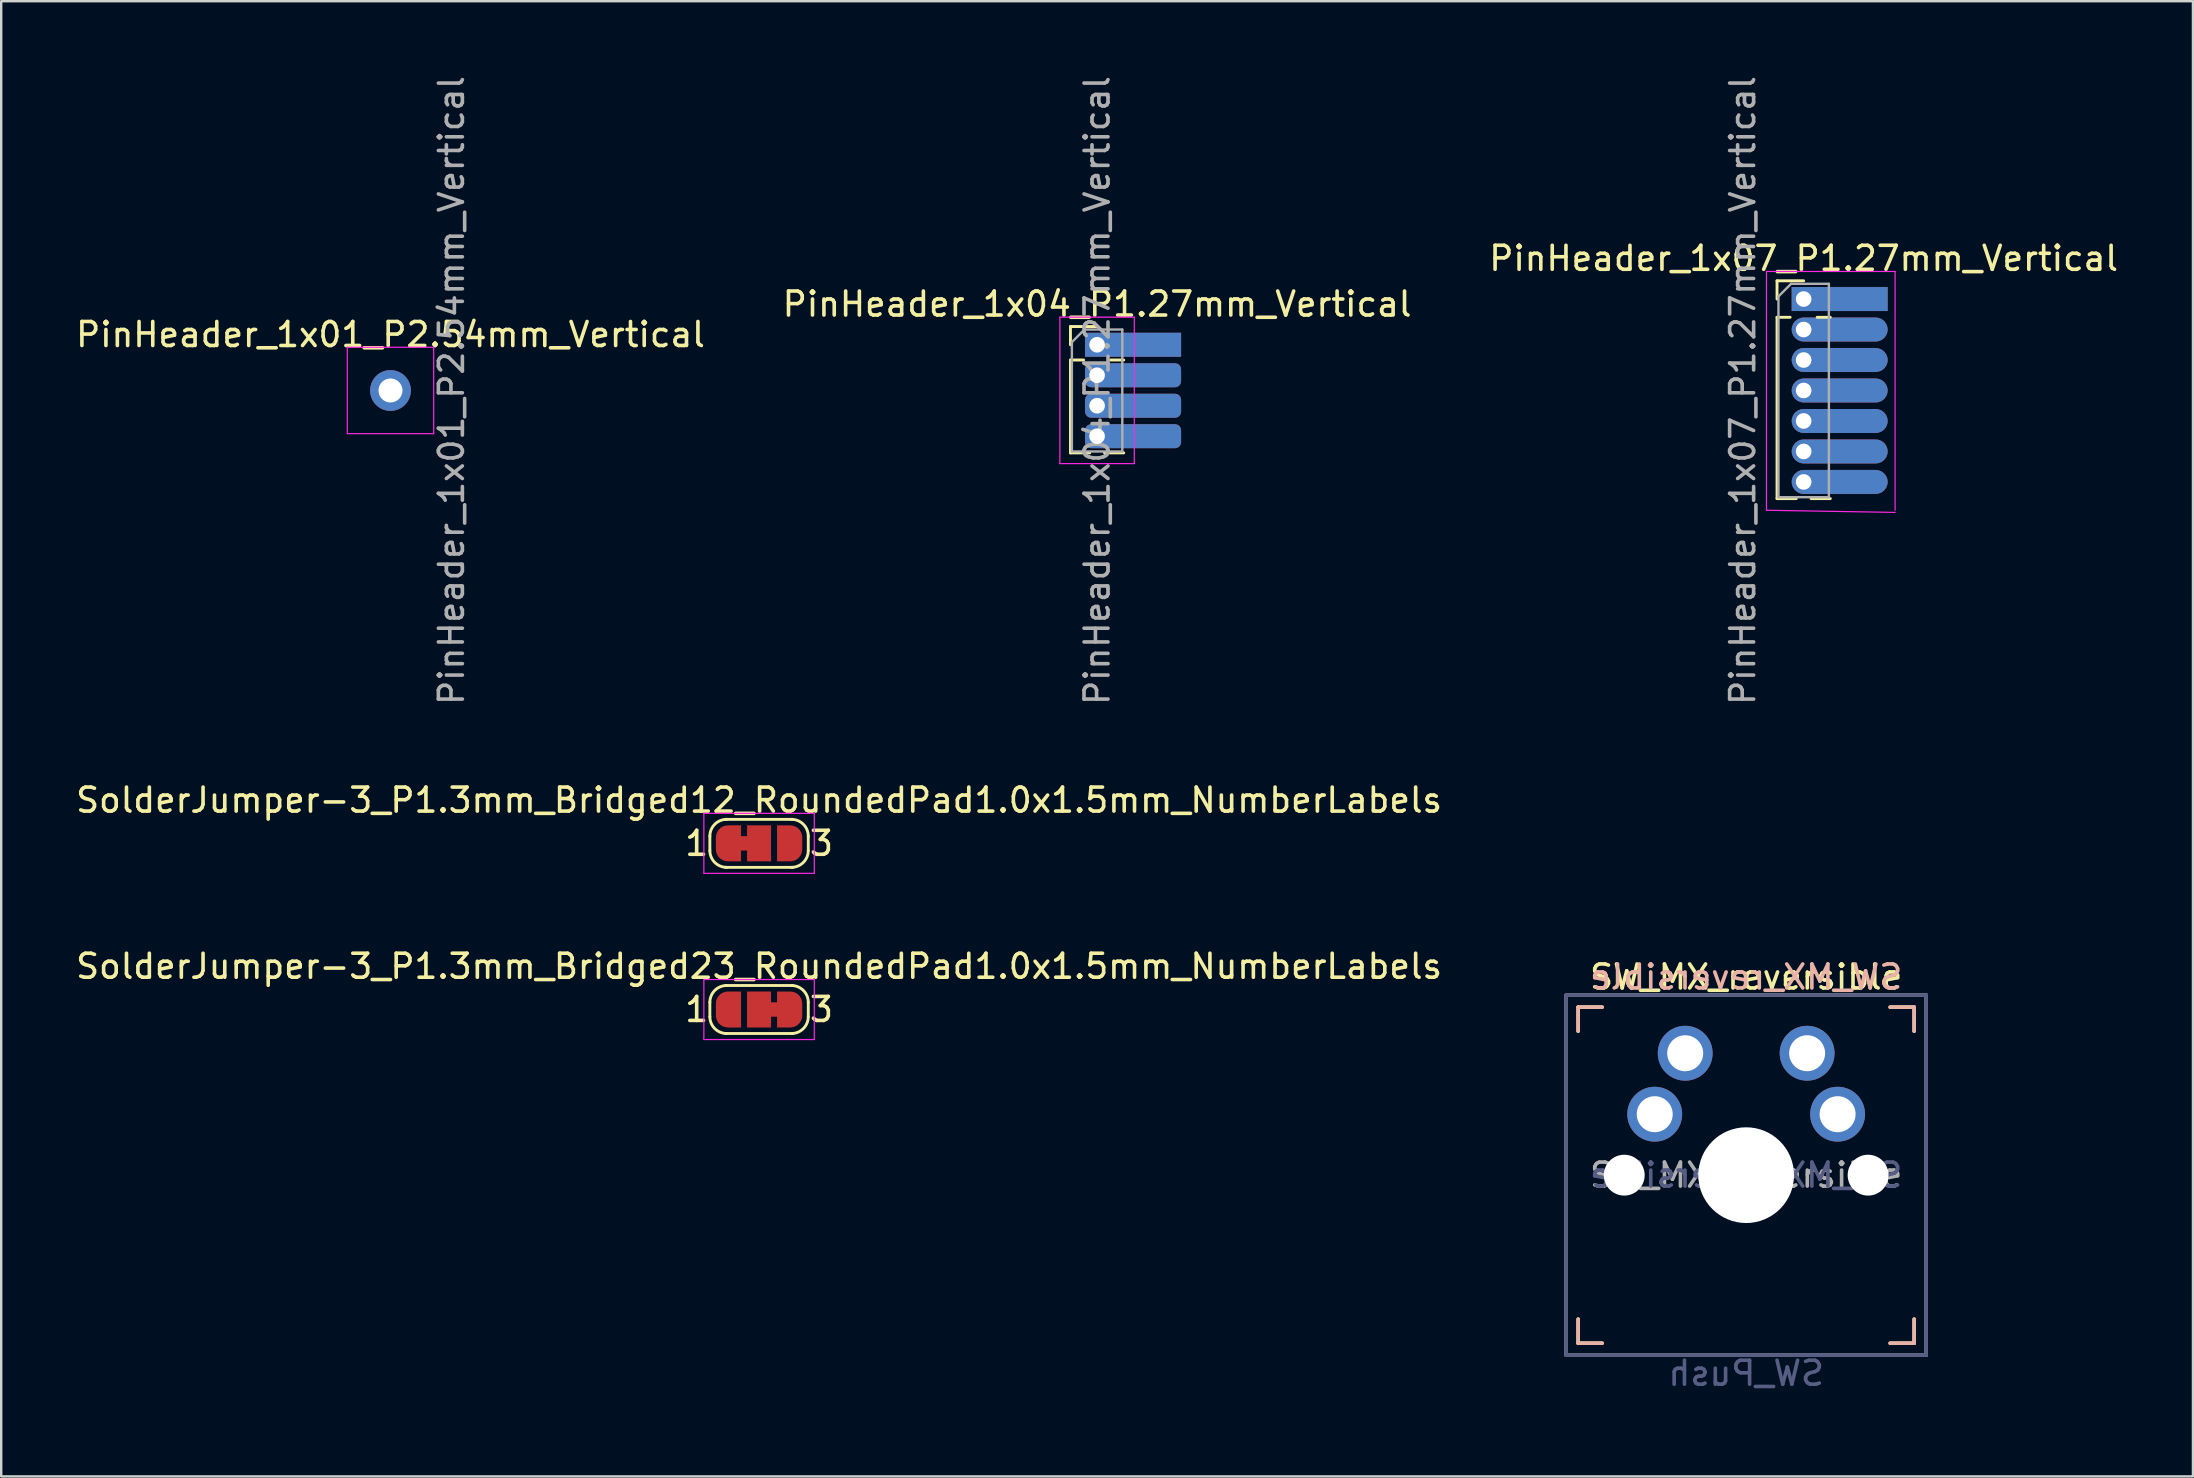
<source format=kicad_pcb>
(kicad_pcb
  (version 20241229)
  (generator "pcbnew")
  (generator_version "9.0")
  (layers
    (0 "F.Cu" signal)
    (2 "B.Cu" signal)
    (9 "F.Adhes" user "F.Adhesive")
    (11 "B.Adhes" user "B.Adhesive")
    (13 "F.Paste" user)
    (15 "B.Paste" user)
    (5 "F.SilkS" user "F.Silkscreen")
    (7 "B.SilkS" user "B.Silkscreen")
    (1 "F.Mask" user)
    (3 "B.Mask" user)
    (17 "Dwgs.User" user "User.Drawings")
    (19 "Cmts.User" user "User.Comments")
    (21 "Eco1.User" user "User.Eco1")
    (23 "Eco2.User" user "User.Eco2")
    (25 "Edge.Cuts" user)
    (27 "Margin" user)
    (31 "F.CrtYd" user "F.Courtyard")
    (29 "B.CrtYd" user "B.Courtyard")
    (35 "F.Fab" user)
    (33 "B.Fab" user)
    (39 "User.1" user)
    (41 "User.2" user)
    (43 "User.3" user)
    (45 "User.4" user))
  (footprint "PinHeader_1x04_P1.27mm_Vertical"
    (layer "F.Cu")
    (at 42.661 11.315)
    (property "Reference" "PinHeader_1x04_P1.27mm_Vertical" (at 0 -1.695 0) (layer "F.SilkS") (effects (font (size 1 1) (thickness 0.15))))
    (attr through_hole)
    (fp_line (start -1.11 -0.76) (end 0 -0.76) (stroke (width 0.12) (type solid)) (layer "F.SilkS"))
    (fp_line (start -1.11 0) (end -1.11 -0.76) (stroke (width 0.12) (type solid)) (layer "F.SilkS"))
    (fp_line (start -1.11 0.635) (end -1.11 4.505) (stroke (width 0.12) (type solid)) (layer "F.SilkS"))
    (fp_line (start -1.11 0.635) (end -0.563 0.635) (stroke (width 0.12) (type solid)) (layer "F.SilkS"))
    (fp_line (start -1.11 4.505) (end -0.308 4.505) (stroke (width 0.12) (type solid)) (layer "F.SilkS"))
    (fp_line (start 0.308 4.505) (end 1.11 4.505) (stroke (width 0.12) (type solid)) (layer "F.SilkS"))
    (fp_line (start 0.563 0.635) (end 1.11 0.635) (stroke (width 0.12) (type solid)) (layer "F.SilkS"))
    (fp_line (start -1.55 -1.15) (end -1.55 4.95) (stroke (width 0.05) (type solid)) (layer "F.CrtYd"))
    (fp_line (start -1.55 4.95) (end 1.55 4.95) (stroke (width 0.05) (type solid)) (layer "F.CrtYd"))
    (fp_line (start 1.55 -1.15) (end -1.55 -1.15) (stroke (width 0.05) (type solid)) (layer "F.CrtYd"))
    (fp_line (start 1.55 4.95) (end 1.55 -1.15) (stroke (width 0.05) (type solid)) (layer "F.CrtYd"))
    (fp_line (start -1.05 -0.11) (end -0.525 -0.635) (stroke (width 0.1) (type solid)) (layer "F.Fab"))
    (fp_line (start -1.05 4.445) (end -1.05 -0.11) (stroke (width 0.1) (type solid)) (layer "F.Fab"))
    (fp_line (start -0.525 -0.635) (end 1.05 -0.635) (stroke (width 0.1) (type solid)) (layer "F.Fab"))
    (fp_line (start 1.05 -0.635) (end 1.05 4.445) (stroke (width 0.1) (type solid)) (layer "F.Fab"))
    (fp_line (start 1.05 4.445) (end -1.05 4.445) (stroke (width 0.1) (type solid)) (layer "F.Fab"))
    (fp_text user "${REFERENCE}" (at 0 1.905 90) (layer "F.Fab") (effects (font (size 1 1) (thickness 0.15))))
    (pad "1" thru_hole rect (at 0 0) (size 4 1) (drill 0.65 (offset 1.5 0)) (layers "*.Cu" "*.Mask"))
    (pad "2" thru_hole roundrect (at 0 1.27) (size 4 1) (drill 0.65 (offset 1.5 0)) (layers "*.Cu" "*.Mask") (roundrect_rratio 0.25))
    (pad "3" thru_hole roundrect (at 0 2.54) (size 4 1) (drill 0.65 (offset 1.5 0)) (layers "*.Cu" "*.Mask") (roundrect_rratio 0.25))
    (pad "4" thru_hole roundrect (at 0 3.81) (size 4 1) (drill 0.65 (offset 1.5 0)) (layers "*.Cu" "*.Mask") (roundrect_rratio 0.25)))
  (footprint "SW_MX_reversible"
    (layer "F.Cu")
    (at 69.705 45.914)
    (property "Reference" "SW_MX_reversible" (at 0 -8.255 0) (layer "F.SilkS") (effects (font (size 1 1) (thickness 0.15))))
    (property "Value" "SW_Push" (at 0 8.255 0) (layer "F.Fab") (hide yes) (effects (font (size 1 1) (thickness 0.15))))
    (attr through_hole)
    (fp_line (start -7 -7) (end -6 -7) (stroke (width 0.15) (type solid)) (layer "F.SilkS"))
    (fp_line (start -7 -6) (end -7 -7) (stroke (width 0.15) (type solid)) (layer "F.SilkS"))
    (fp_line (start -7 7) (end -7 6) (stroke (width 0.15) (type solid)) (layer "F.SilkS"))
    (fp_line (start -6 7) (end -7 7) (stroke (width 0.15) (type solid)) (layer "F.SilkS"))
    (fp_line (start 6 -7) (end 7 -7) (stroke (width 0.15) (type solid)) (layer "F.SilkS"))
    (fp_line (start 7 -7) (end 7 -6) (stroke (width 0.15) (type solid)) (layer "F.SilkS"))
    (fp_line (start 7 6) (end 7 7) (stroke (width 0.15) (type solid)) (layer "F.SilkS"))
    (fp_line (start 7 7) (end 6 7) (stroke (width 0.15) (type solid)) (layer "F.SilkS"))
    (fp_line (start -7 -7) (end -6 -7) (stroke (width 0.15) (type solid)) (layer "B.SilkS"))
    (fp_line (start -7 -6) (end -7 -7) (stroke (width 0.15) (type solid)) (layer "B.SilkS"))
    (fp_line (start -7 7) (end -7 6) (stroke (width 0.15) (type solid)) (layer "B.SilkS"))
    (fp_line (start -6 7) (end -7 7) (stroke (width 0.15) (type solid)) (layer "B.SilkS"))
    (fp_line (start 6 -7) (end 7 -7) (stroke (width 0.15) (type solid)) (layer "B.SilkS"))
    (fp_line (start 7 -7) (end 7 -6) (stroke (width 0.15) (type solid)) (layer "B.SilkS"))
    (fp_line (start 7 6) (end 7 7) (stroke (width 0.15) (type solid)) (layer "B.SilkS"))
    (fp_line (start 7 7) (end 6 7) (stroke (width 0.15) (type solid)) (layer "B.SilkS"))
    (fp_line (start -6.9 6.9) (end -6.9 -6.9) (stroke (width 0.15) (type solid)) (layer "Eco2.User"))
    (fp_line (start -6.9 6.9) (end 6.9 6.9) (stroke (width 0.15) (type solid)) (layer "Eco2.User"))
    (fp_line (start 6.9 -6.9) (end -6.9 -6.9) (stroke (width 0.15) (type solid)) (layer "Eco2.User"))
    (fp_line (start 6.9 -6.9) (end 6.9 6.9) (stroke (width 0.15) (type solid)) (layer "Eco2.User"))
    (fp_line (start -7.5 -7.5) (end 7.5 -7.5) (stroke (width 0.15) (type solid)) (layer "B.Fab"))
    (fp_line (start -7.5 7.5) (end -7.5 -7.5) (stroke (width 0.15) (type solid)) (layer "B.Fab"))
    (fp_line (start 7.5 -7.5) (end 7.5 7.5) (stroke (width 0.15) (type solid)) (layer "B.Fab"))
    (fp_line (start 7.5 7.5) (end -7.5 7.5) (stroke (width 0.15) (type solid)) (layer "B.Fab"))
    (fp_line (start -7.5 -7.5) (end 7.5 -7.5) (stroke (width 0.15) (type solid)) (layer "F.Fab"))
    (fp_line (start -7.5 7.5) (end -7.5 -7.5) (stroke (width 0.15) (type solid)) (layer "F.Fab"))
    (fp_line (start 7.5 -7.5) (end 7.5 7.5) (stroke (width 0.15) (type solid)) (layer "F.Fab"))
    (fp_line (start 7.5 7.5) (end -7.5 7.5) (stroke (width 0.15) (type solid)) (layer "F.Fab"))
    (fp_rect (start -9.5 -9.5) (end 9.5 9.5) (stroke (width 0.1) (type default)) (fill no) (layer "User.1"))
    (fp_text user "${REFERENCE}" (at 0 -8.255 0) (layer "B.SilkS") (effects (font (size 1 1) (thickness 0.15)) (justify mirror)))
    (fp_text user "${VALUE}" (at 0 8.255 0) (layer "B.Fab") (effects (font (size 1 1) (thickness 0.15)) (justify mirror)))
    (fp_text user "${REFERENCE}" (at 0 0 0) (layer "B.Fab") (effects (font (size 1 1) (thickness 0.15)) (justify mirror)))
    (fp_text user "${REFERENCE}" (at 0 0 0) (layer "F.Fab") (effects (font (size 1 1) (thickness 0.15))))
    (pad "" np_thru_hole circle (at -5.08 0) (size 1.702 1.702) (drill 1.702) (layers "*.Cu" "*.Mask"))
    (pad "" np_thru_hole circle (at 0 0) (size 3.988 3.988) (drill 3.988) (layers "*.Cu" "*.Mask"))
    (pad "" np_thru_hole circle (at 5.08 0) (size 1.702 1.702) (drill 1.702) (layers "*.Cu" "*.Mask"))
    (pad "1" thru_hole circle (at -3.81 -2.54) (size 2.286 2.286) (drill 1.499) (layers "*.Cu" "*.Mask"))
    (pad "1" thru_hole circle (at -2.54 -5.08) (size 2.286 2.286) (drill 1.499) (layers "*.Cu" "*.Mask"))
    (pad "2" thru_hole circle (at 2.54 -5.08) (size 2.286 2.286) (drill 1.499) (layers "*.Cu" "*.Mask"))
    (pad "2" thru_hole circle (at 3.81 -2.54) (size 2.286 2.286) (drill 1.499) (layers "*.Cu" "*.Mask")))
  (footprint "SolderJumper-3_P1.3mm_Bridged12_RoundedPad1.0x1.5mm_NumberLabels"
    (layer "F.Cu")
    (at 28.577 32.089)
    (property "Reference" "SolderJumper-3_P1.3mm_Bridged12_RoundedPad1.0x1.5mm_NumberLabels" (at 0 -1.8 0) (layer "F.SilkS") (effects (font (size 1 1) (thickness 0.15))))
    (attr exclude_from_pos_files exclude_from_bom)
    (fp_poly (pts (xy -0.9 -0.3) (xy -0.4 -0.3) (xy -0.4 0.3) (xy -0.9 0.3)) (stroke (width 0) (type solid)) (fill yes) (layer "F.Cu"))
    (fp_poly (pts (xy -0.879 -0.379) (xy -0.625 -0.1) (xy -0.371 -0.379) (xy -0.371 0.383) (xy -0.625 0.103) (xy -0.879 0.383)) (stroke (width 0) (type solid)) (fill yes) (layer "F.Mask"))
    (fp_line (start -2.05 0.3) (end -2.05 -0.3) (stroke (width 0.12) (type solid)) (layer "F.SilkS"))
    (fp_line (start -1.4 -1) (end 1.4 -1) (stroke (width 0.12) (type solid)) (layer "F.SilkS"))
    (fp_line (start 1.4 1) (end -1.4 1) (stroke (width 0.12) (type solid)) (layer "F.SilkS"))
    (fp_line (start 2.05 -0.3) (end 2.05 0.3) (stroke (width 0.12) (type solid)) (layer "F.SilkS"))
    (fp_arc (start -2.05 -0.3) (mid -1.844975 -0.794975) (end -1.35 -1) (stroke (width 0.12) (type solid)) (layer "F.SilkS"))
    (fp_arc (start -1.35 1) (mid -1.844975 0.794975) (end -2.05 0.3) (stroke (width 0.12) (type solid)) (layer "F.SilkS"))
    (fp_arc (start 1.35 -1) (mid 1.844975 -0.794975) (end 2.05 -0.3) (stroke (width 0.12) (type solid)) (layer "F.SilkS"))
    (fp_arc (start 2.05 0.3) (mid 1.844975 0.794975) (end 1.35 1) (stroke (width 0.12) (type solid)) (layer "F.SilkS"))
    (fp_line (start -2.3 -1.25) (end -2.3 1.25) (stroke (width 0.05) (type solid)) (layer "F.CrtYd"))
    (fp_line (start -2.3 -1.25) (end 2.3 -1.25) (stroke (width 0.05) (type solid)) (layer "F.CrtYd"))
    (fp_line (start 2.3 1.25) (end -2.3 1.25) (stroke (width 0.05) (type solid)) (layer "F.CrtYd"))
    (fp_line (start 2.3 1.25) (end 2.3 -1.25) (stroke (width 0.05) (type solid)) (layer "F.CrtYd"))
    (fp_text user "3" (at 2.6 0 0) (layer "F.SilkS") (effects (font (size 1 1) (thickness 0.15))))
    (fp_text user "1" (at -2.6 0 0) (layer "F.SilkS") (effects (font (size 1 1) (thickness 0.15))))
    (pad "1" smd custom (at -1.3 0) (size 1 0.5) (layers "F.Cu" "F.Mask") (options (anchor rect)) (primitives (gr_poly (pts (xy 0.55 0.75) (xy 0 0.75) (xy 0 -0.75) (xy 0.55 -0.75)) (width 0) (fill yes)) (gr_circle (center 0 0.25) (end 0.5 0.25) (width 0) (fill yes)) (gr_circle (center 0 -0.25) (end 0.5 -0.25) (width 0) (fill yes))))
    (pad "2" smd rect (at 0 0) (size 1 1.5) (layers "F.Cu" "F.Mask"))
    (pad "3" smd custom (at 1.3 0) (size 1 0.5) (layers "F.Cu" "F.Mask") (options (anchor rect)) (primitives (gr_circle (center 0 0.25) (end 0.5 0.25) (width 0) (fill yes)) (gr_circle (center 0 -0.25) (end 0.5 -0.25) (width 0) (fill yes)) (gr_poly (pts (xy 0 0.75) (xy -0.55 0.75) (xy -0.55 -0.75) (xy 0 -0.75)) (width 0) (fill yes)))))
  (footprint "PinHeader_1x01_P2.54mm_Vertical"
    (layer "F.Cu")
    (at 13.22 13.22)
    (property "Reference" "PinHeader_1x01_P2.54mm_Vertical" (at 0 -2.33 0) (layer "F.SilkS") (effects (font (size 1 1) (thickness 0.15))))
    (attr through_hole)
    (fp_line (start -1.8 -1.8) (end -1.8 1.8) (stroke (width 0.05) (type solid)) (layer "F.CrtYd"))
    (fp_line (start -1.8 1.8) (end 1.8 1.8) (stroke (width 0.05) (type solid)) (layer "F.CrtYd"))
    (fp_line (start 1.8 -1.8) (end -1.8 -1.8) (stroke (width 0.05) (type solid)) (layer "F.CrtYd"))
    (fp_line (start 1.8 1.8) (end 1.8 -1.8) (stroke (width 0.05) (type solid)) (layer "F.CrtYd"))
    (fp_text user "${REFERENCE}" (at 2.54 0 90) (layer "F.Fab") (effects (font (size 1 1) (thickness 0.15))))
    (pad "1" thru_hole circle (at 0 0) (size 1.7 1.7) (drill 1) (layers "*.Cu" "*.Mask")))
  (footprint "PinHeader_1x07_P1.27mm_Vertical"
    (layer "F.Cu")
    (at 72.101 9.41)
    (property "Reference" "PinHeader_1x07_P1.27mm_Vertical" (at 0 -1.695 0) (layer "F.SilkS") (effects (font (size 1 1) (thickness 0.15))))
    (attr through_hole)
    (fp_line (start -1.11 -0.76) (end 0 -0.76) (stroke (width 0.12) (type solid)) (layer "F.SilkS"))
    (fp_line (start -1.11 0) (end -1.11 -0.76) (stroke (width 0.12) (type solid)) (layer "F.SilkS"))
    (fp_line (start -1.11 0.76) (end -1.11 8.315) (stroke (width 0.12) (type solid)) (layer "F.SilkS"))
    (fp_line (start -1.11 0.76) (end -0.563 0.76) (stroke (width 0.12) (type solid)) (layer "F.SilkS"))
    (fp_line (start -1.11 8.315) (end -0.308 8.315) (stroke (width 0.12) (type solid)) (layer "F.SilkS"))
    (fp_line (start 0.308 8.315) (end 1.11 8.315) (stroke (width 0.12) (type solid)) (layer "F.SilkS"))
    (fp_line (start 0.563 0.76) (end 1.11 0.76) (stroke (width 0.12) (type solid)) (layer "F.SilkS"))
    (fp_line (start -1.55 -1.15) (end -1.55 8.8) (stroke (width 0.05) (type solid)) (layer "F.CrtYd"))
    (fp_line (start -1.55 8.8) (end 3.81 8.89) (stroke (width 0.05) (type solid)) (layer "F.CrtYd"))
    (fp_line (start 3.81 -1.15) (end -1.55 -1.15) (stroke (width 0.05) (type solid)) (layer "F.CrtYd"))
    (fp_line (start 3.81 8.8) (end 3.81 -1.15) (stroke (width 0.05) (type solid)) (layer "F.CrtYd"))
    (fp_line (start -1.05 -0.11) (end -0.525 -0.635) (stroke (width 0.1) (type solid)) (layer "F.Fab"))
    (fp_line (start -1.05 8.255) (end -1.05 -0.11) (stroke (width 0.1) (type solid)) (layer "F.Fab"))
    (fp_line (start -0.525 -0.635) (end 1.05 -0.635) (stroke (width 0.1) (type solid)) (layer "F.Fab"))
    (fp_line (start 1.05 -0.635) (end 1.05 8.255) (stroke (width 0.1) (type solid)) (layer "F.Fab"))
    (fp_line (start 1.05 8.255) (end -1.05 8.255) (stroke (width 0.1) (type solid)) (layer "F.Fab"))
    (fp_text user "${REFERENCE}" (at -2.54 3.81 90) (layer "F.Fab") (effects (font (size 1 1) (thickness 0.15))))
    (pad "1" thru_hole rect (at 0 0) (size 4 1) (drill 0.65 (offset 1.5 0)) (layers "*.Cu" "*.Mask"))
    (pad "2" thru_hole roundrect (at 0 1.27) (size 4 1) (drill 0.65 (offset 1.5 0)) (layers "*.Cu" "*.Mask") (roundrect_rratio 0.5))
    (pad "3" thru_hole roundrect (at 0 2.54) (size 4 1) (drill 0.65 (offset 1.5 0)) (layers "*.Cu" "*.Mask") (roundrect_rratio 0.5))
    (pad "4" thru_hole roundrect (at 0 3.81) (size 4 1) (drill 0.65 (offset 1.5 0)) (layers "*.Cu" "*.Mask") (roundrect_rratio 0.5))
    (pad "5" thru_hole roundrect (at 0 5.08) (size 4 1) (drill 0.65 (offset 1.5 0)) (layers "*.Cu" "*.Mask") (roundrect_rratio 0.5))
    (pad "6" thru_hole roundrect (at 0 6.35) (size 4 1) (drill 0.65 (offset 1.5 0)) (layers "*.Cu" "*.Mask") (roundrect_rratio 0.5))
    (pad "7" thru_hole roundrect (at 0 7.62) (size 4 1) (drill 0.65 (offset 1.5 0)) (layers "*.Cu" "*.Mask") (roundrect_rratio 0.5)))
  (footprint "SolderJumper-3_P1.3mm_Bridged23_RoundedPad1.0x1.5mm_NumberLabels"
    (layer "F.Cu")
    (at 28.577 39.012)
    (property "Reference" "SolderJumper-3_P1.3mm_Bridged23_RoundedPad1.0x1.5mm_NumberLabels" (at 0 -1.8 0) (layer "F.SilkS") (effects (font (size 1 1) (thickness 0.15))))
    (attr exclude_from_pos_files exclude_from_bom)
    (fp_poly (pts (xy 0.389 -0.3) (xy 0.889 -0.3) (xy 0.889 0.3) (xy 0.389 0.3)) (stroke (width 0) (type solid)) (fill yes) (layer "F.Cu"))
    (fp_line (start -2.05 0.3) (end -2.05 -0.3) (stroke (width 0.12) (type solid)) (layer "F.SilkS"))
    (fp_line (start -1.4 -1) (end 1.4 -1) (stroke (width 0.12) (type solid)) (layer "F.SilkS"))
    (fp_line (start 1.4 1) (end -1.4 1) (stroke (width 0.12) (type solid)) (layer "F.SilkS"))
    (fp_line (start 2.05 -0.3) (end 2.05 0.3) (stroke (width 0.12) (type solid)) (layer "F.SilkS"))
    (fp_arc (start -2.05 -0.3) (mid -1.844975 -0.794975) (end -1.35 -1) (stroke (width 0.12) (type solid)) (layer "F.SilkS"))
    (fp_arc (start -1.35 1) (mid -1.844975 0.794975) (end -2.05 0.3) (stroke (width 0.12) (type solid)) (layer "F.SilkS"))
    (fp_arc (start 1.35 -1) (mid 1.844975 -0.794975) (end 2.05 -0.3) (stroke (width 0.12) (type solid)) (layer "F.SilkS"))
    (fp_arc (start 2.05 0.3) (mid 1.844975 0.794975) (end 1.35 1) (stroke (width 0.12) (type solid)) (layer "F.SilkS"))
    (fp_line (start -2.3 -1.25) (end -2.3 1.25) (stroke (width 0.05) (type solid)) (layer "F.CrtYd"))
    (fp_line (start -2.3 -1.25) (end 2.3 -1.25) (stroke (width 0.05) (type solid)) (layer "F.CrtYd"))
    (fp_line (start 2.3 1.25) (end -2.3 1.25) (stroke (width 0.05) (type solid)) (layer "F.CrtYd"))
    (fp_line (start 2.3 1.25) (end 2.3 -1.25) (stroke (width 0.05) (type solid)) (layer "F.CrtYd"))
    (fp_text user "1" (at -2.6 0 0) (layer "F.SilkS") (effects (font (size 1 1) (thickness 0.15))))
    (fp_text user "3" (at 2.6 0 0) (layer "F.SilkS") (effects (font (size 1 1) (thickness 0.15))))
    (pad "1" smd custom (at -1.3 0) (size 1 0.5) (layers "F.Cu" "F.Mask") (options (anchor rect)) (primitives (gr_poly (pts (xy 0.55 0.75) (xy 0 0.75) (xy 0 -0.75) (xy 0.55 -0.75)) (width 0) (fill yes)) (gr_circle (center 0 0.25) (end 0.5 0.25) (width 0) (fill yes)) (gr_circle (center 0 -0.25) (end 0.5 -0.25) (width 0) (fill yes))))
    (pad "2" smd rect (at 0 0) (size 1 1.5) (layers "F.Cu" "F.Mask"))
    (pad "3" smd custom (at 1.3 0) (size 1 0.5) (layers "F.Cu" "F.Mask") (options (anchor rect)) (primitives (gr_circle (center 0 0.25) (end 0.5 0.25) (width 0) (fill yes)) (gr_circle (center 0 -0.25) (end 0.5 -0.25) (width 0) (fill yes)) (gr_poly (pts (xy 0 0.75) (xy -0.55 0.75) (xy -0.55 -0.75) (xy 0 -0.75)) (width 0) (fill yes)))))
  (gr_rect
    (start -3 -3)
    (end 88.321 58.464)
    (stroke (width 0.1) (type default))
    (fill no)
    (layer "Edge.Cuts")))
</source>
